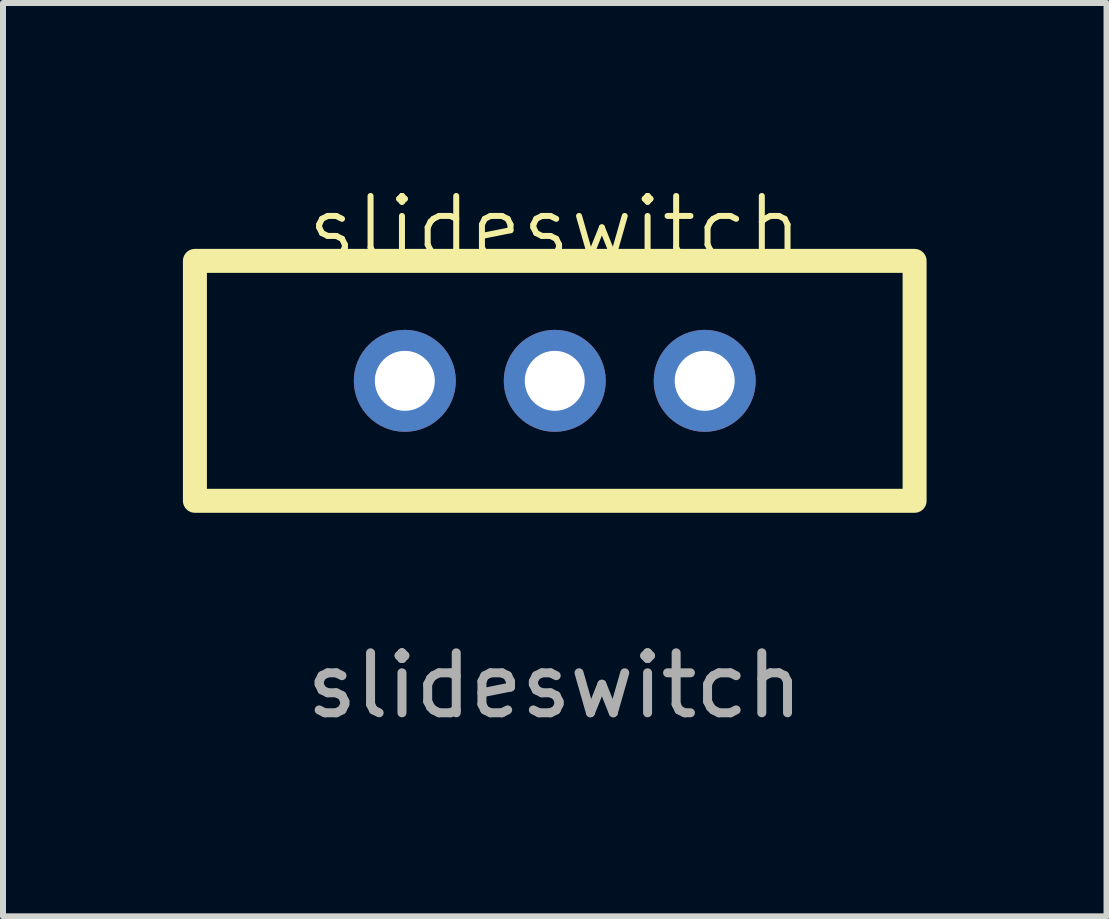
<source format=kicad_pcb>
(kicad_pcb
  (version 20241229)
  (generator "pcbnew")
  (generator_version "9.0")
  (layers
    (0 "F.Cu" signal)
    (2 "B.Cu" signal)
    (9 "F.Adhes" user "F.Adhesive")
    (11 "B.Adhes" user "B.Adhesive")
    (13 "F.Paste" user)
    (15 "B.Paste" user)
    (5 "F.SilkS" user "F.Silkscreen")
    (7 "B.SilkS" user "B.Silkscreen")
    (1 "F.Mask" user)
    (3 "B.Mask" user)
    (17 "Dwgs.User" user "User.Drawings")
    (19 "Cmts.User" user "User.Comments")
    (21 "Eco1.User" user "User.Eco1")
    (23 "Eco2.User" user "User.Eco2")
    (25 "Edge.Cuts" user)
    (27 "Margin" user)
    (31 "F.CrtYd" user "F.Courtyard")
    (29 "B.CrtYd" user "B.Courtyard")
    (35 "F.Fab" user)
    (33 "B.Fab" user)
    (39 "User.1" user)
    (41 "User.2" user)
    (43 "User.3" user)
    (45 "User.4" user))
  (footprint "slideswitch"
    (layer "F.Cu")
    (at 6.2 3.3)
    (property "Reference" "slideswitch" (at 0 -2.54 0) (unlocked yes) (layer "F.SilkS") (effects (font (size 1 1) (thickness 0.1))))
    (attr through_hole)
    (fp_rect (start -6 -2) (end 6 2) (stroke (width 0.4) (type default)) (fill no) (layer "F.SilkS"))
    (fp_text user "${REFERENCE}" (at 0 5.08 0) (unlocked yes) (layer "F.Fab") (effects (font (size 1 1) (thickness 0.15))))
    (pad "1" thru_hole circle (at -2.5 0) (size 1.7 1.7) (drill 1) (layers "*.Cu" "*.Mask"))
    (pad "2" thru_hole circle (at 0 0) (size 1.7 1.7) (drill 1) (layers "*.Cu" "*.Mask"))
    (pad "3" thru_hole circle (at 2.5 0) (size 1.7 1.7) (drill 1) (layers "*.Cu" "*.Mask")))
  (gr_rect
    (start -3 -3)
    (end 15.4 12.229)
    (stroke (width 0.1) (type default))
    (fill no)
    (layer "Edge.Cuts")))
</source>
